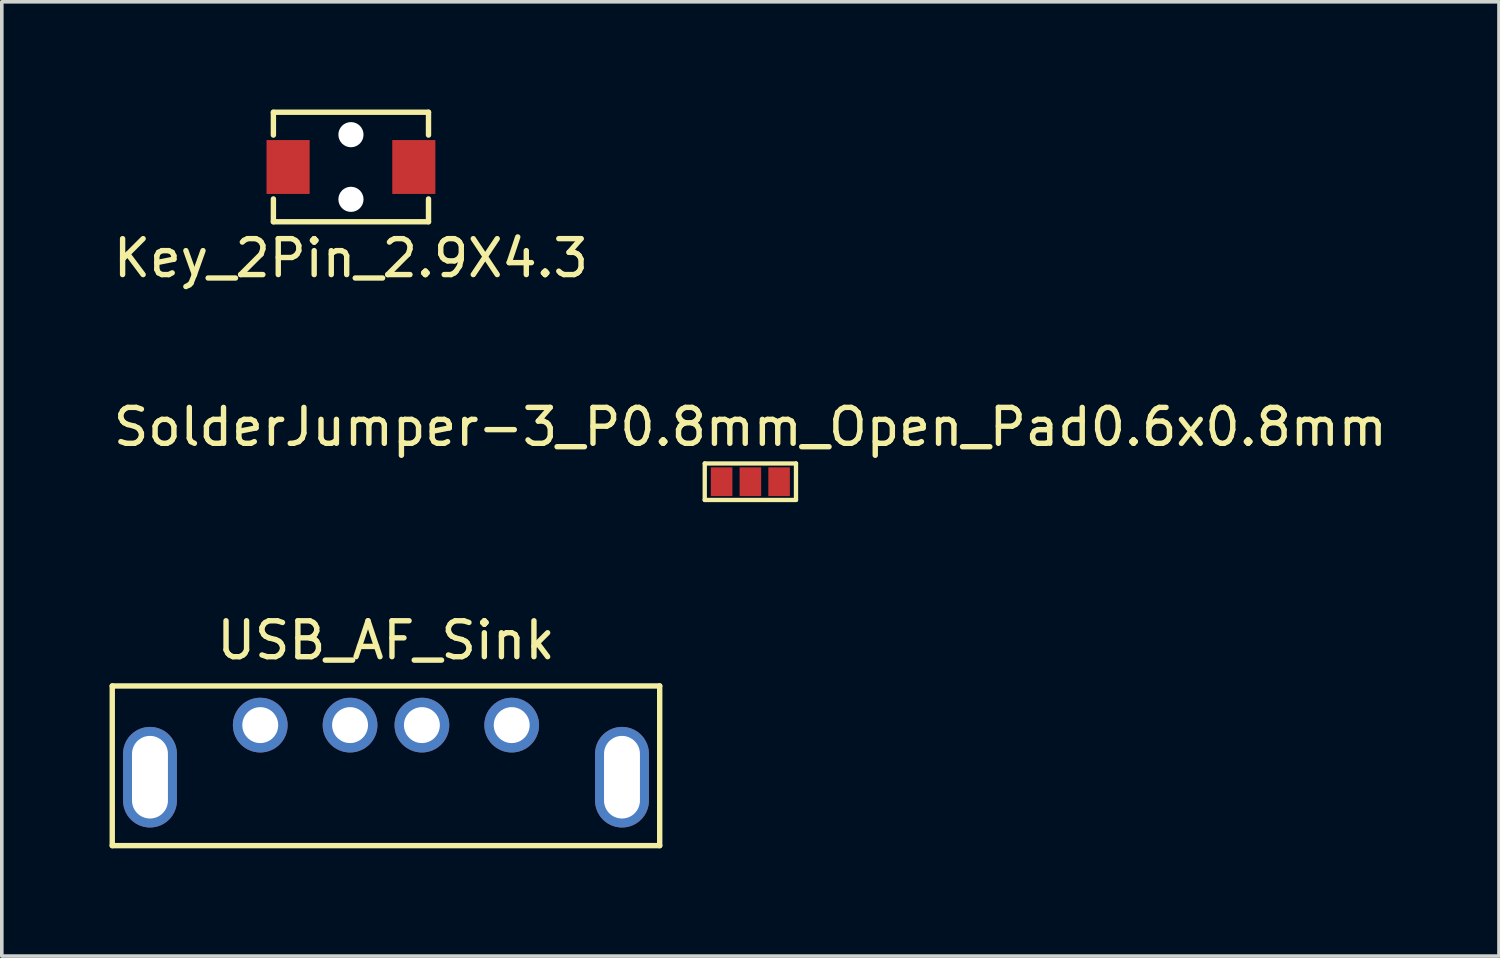
<source format=kicad_pcb>
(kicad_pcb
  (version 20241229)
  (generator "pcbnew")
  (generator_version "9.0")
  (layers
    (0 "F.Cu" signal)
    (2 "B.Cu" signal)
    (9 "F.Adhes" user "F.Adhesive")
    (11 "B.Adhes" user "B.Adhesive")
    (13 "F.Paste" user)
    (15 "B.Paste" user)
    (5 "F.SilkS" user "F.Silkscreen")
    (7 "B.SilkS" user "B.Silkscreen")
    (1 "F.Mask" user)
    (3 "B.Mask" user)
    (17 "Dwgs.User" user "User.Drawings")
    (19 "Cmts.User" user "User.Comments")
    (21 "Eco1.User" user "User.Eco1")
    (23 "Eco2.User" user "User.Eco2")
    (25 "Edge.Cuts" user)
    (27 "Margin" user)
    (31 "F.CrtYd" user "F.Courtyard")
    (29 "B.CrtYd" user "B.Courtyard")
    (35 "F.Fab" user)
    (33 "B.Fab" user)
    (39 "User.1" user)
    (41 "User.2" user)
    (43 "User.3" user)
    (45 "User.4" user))
  (footprint "SolderJumper-3_P0.8mm_Open_Pad0.6x0.8mm"
    (layer "F.Cu")
    (at 17.839 10.36)
    (property "Reference" "SolderJumper-3_P0.8mm_Open_Pad0.6x0.8mm" (at 0 -1.524 0) (layer "F.SilkS") (effects (font (size 1 1) (thickness 0.15))))
    (attr through_hole)
    (fp_line (start -1.27 -0.508) (end 1.27 -0.508) (stroke (width 0.12) (type solid)) (layer "F.SilkS"))
    (fp_line (start -1.27 0.508) (end -1.27 -0.508) (stroke (width 0.12) (type solid)) (layer "F.SilkS"))
    (fp_line (start 1.27 -0.508) (end 1.27 0.508) (stroke (width 0.12) (type solid)) (layer "F.SilkS"))
    (fp_line (start 1.27 0.508) (end -1.27 0.508) (stroke (width 0.12) (type solid)) (layer "F.SilkS"))
    (pad "1" smd rect (at -0.8 0) (size 0.6 0.8) (layers "F.Cu" "F.Mask" "F.Paste"))
    (pad "2" smd rect (at 0 0) (size 0.6 0.8) (layers "F.Cu" "F.Mask" "F.Paste"))
    (pad "3" smd rect (at 0.8 0) (size 0.6 0.8) (layers "F.Cu" "F.Mask" "F.Paste")))
  (footprint "USB_AF_Sink"
    (layer "F.Cu")
    (at 7.695 18.586)
    (property "Reference" "USB_AF_Sink" (at 0 -3.81 0) (layer "F.SilkS") (effects (font (size 1 1) (thickness 0.15))))
    (attr through_hole)
    (fp_line (start -7.62 -2.54) (end -7.62 1.905) (stroke (width 0.15) (type solid)) (layer "F.SilkS"))
    (fp_line (start -7.62 1.905) (end 7.62 1.905) (stroke (width 0.15) (type solid)) (layer "F.SilkS"))
    (fp_line (start 7.62 -2.54) (end -7.62 -2.54) (stroke (width 0.15) (type solid)) (layer "F.SilkS"))
    (fp_line (start 7.62 1.905) (end 7.62 -2.54) (stroke (width 0.15) (type solid)) (layer "F.SilkS"))
    (pad "1" thru_hole circle (at -3.5 -1.45) (size 1.524 1.524) (drill 1) (layers "*.Cu" "*.Mask"))
    (pad "2" thru_hole circle (at -1 -1.45) (size 1.524 1.524) (drill 1) (layers "*.Cu" "*.Mask"))
    (pad "3" thru_hole circle (at 1 -1.45) (size 1.524 1.524) (drill 1) (layers "*.Cu" "*.Mask"))
    (pad "4" thru_hole circle (at 3.5 -1.45) (size 1.524 1.524) (drill 1) (layers "*.Cu" "*.Mask"))
    (pad "5" thru_hole oval (at -6.57 0) (size 1.5 2.8) (drill oval 1 2.3) (layers "*.Cu" "*.Mask"))
    (pad "5" thru_hole oval (at 6.57 0) (size 1.5 2.8) (drill oval 1 2.3) (layers "*.Cu" "*.Mask")))
  (footprint "Key_2Pin_2.9X4.3"
    (layer "F.Cu")
    (at 6.72 1.599)
    (property "Reference" "Key_2Pin_2.9X4.3" (at 0 2.54 0) (layer "F.SilkS") (effects (font (size 1 1) (thickness 0.15))))
    (attr through_hole)
    (fp_line (start -2.159 -1.524) (end -2.159 -0.889) (stroke (width 0.15) (type solid)) (layer "F.SilkS"))
    (fp_line (start -2.159 -1.524) (end 2.159 -1.524) (stroke (width 0.15) (type solid)) (layer "F.SilkS"))
    (fp_line (start -2.159 0.889) (end -2.159 1.524) (stroke (width 0.15) (type solid)) (layer "F.SilkS"))
    (fp_line (start -2.159 1.524) (end 2.159 1.524) (stroke (width 0.15) (type solid)) (layer "F.SilkS"))
    (fp_line (start 2.159 -1.524) (end 2.159 -0.889) (stroke (width 0.15) (type solid)) (layer "F.SilkS"))
    (fp_line (start 2.159 1.524) (end 2.159 0.889) (stroke (width 0.15) (type solid)) (layer "F.SilkS"))
    (pad "" np_thru_hole circle (at 0 -0.9) (size 0.7 0.7) (drill 0.7) (layers "*.Cu" "*.Mask"))
    (pad "" np_thru_hole circle (at 0 0.9) (size 0.7 0.7) (drill 0.7) (layers "*.Cu" "*.Mask"))
    (pad "1" smd rect (at -1.75 0) (size 1.2 1.5) (layers "F.Cu" "F.Mask" "F.Paste"))
    (pad "2" smd rect (at 1.75 0) (size 1.2 1.5) (layers "F.Cu" "F.Mask" "F.Paste")))
  (gr_rect
    (start -3 -3)
    (end 38.679 23.566)
    (stroke (width 0.1) (type default))
    (fill no)
    (layer "Edge.Cuts")))
</source>
